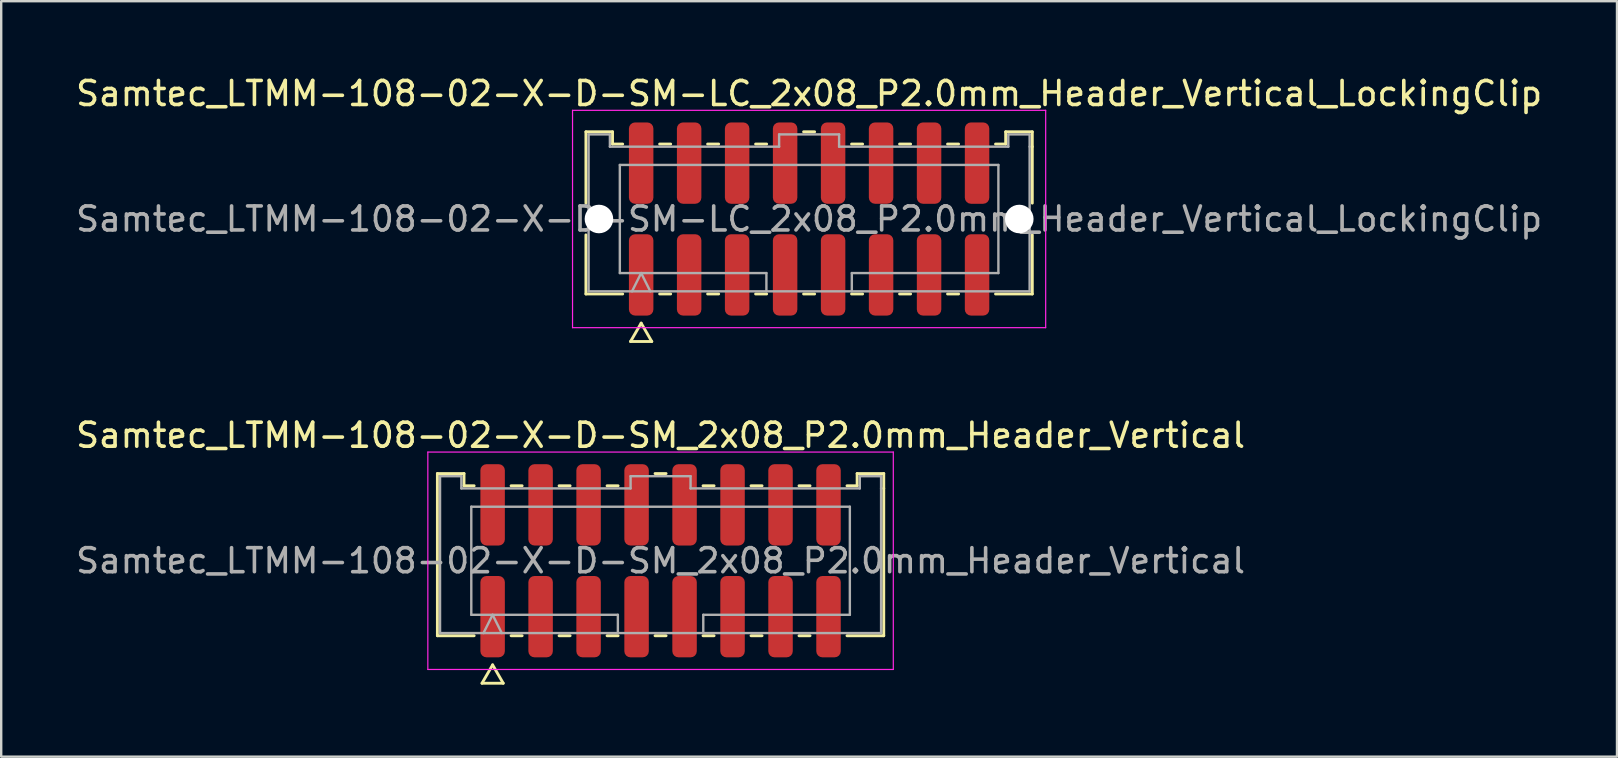
<source format=kicad_pcb>
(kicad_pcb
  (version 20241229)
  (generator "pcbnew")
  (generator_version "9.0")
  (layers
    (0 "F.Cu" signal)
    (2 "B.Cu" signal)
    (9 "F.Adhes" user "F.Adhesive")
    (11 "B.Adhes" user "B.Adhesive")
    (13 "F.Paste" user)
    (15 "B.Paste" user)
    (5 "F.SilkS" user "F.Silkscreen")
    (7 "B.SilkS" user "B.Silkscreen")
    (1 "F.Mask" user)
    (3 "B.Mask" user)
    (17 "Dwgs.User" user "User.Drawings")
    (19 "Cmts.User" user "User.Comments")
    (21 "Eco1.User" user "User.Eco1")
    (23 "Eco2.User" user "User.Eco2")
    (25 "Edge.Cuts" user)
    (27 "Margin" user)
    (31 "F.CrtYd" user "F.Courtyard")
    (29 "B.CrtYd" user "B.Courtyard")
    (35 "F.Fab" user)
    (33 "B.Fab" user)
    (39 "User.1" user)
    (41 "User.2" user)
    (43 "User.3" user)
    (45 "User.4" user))
  (footprint "Samtec_LTMM-108-02-X-D-SM-LC_2x08_P2.0mm_Header_Vertical_LockingClip"
    (layer "F.Cu")
    (at 30.673 6.078)
    (property "Reference" "Samtec_LTMM-108-02-X-D-SM-LC_2x08_P2.0mm_Header_Vertical_LockingClip" (at 0 -5.23 0) (layer "F.SilkS") (effects (font (size 1 1) (thickness 0.15))))
    (attr smd)
    (fp_line (start -9.302 -3.635) (end -8.193 -3.635) (stroke (width 0.12) (type solid)) (layer "F.SilkS"))
    (fp_line (start -9.302 -0.662) (end -9.302 -3.635) (stroke (width 0.12) (type solid)) (layer "F.SilkS"))
    (fp_line (start -9.302 3.125) (end -9.302 0.662) (stroke (width 0.12) (type solid)) (layer "F.SilkS"))
    (fp_line (start -8.193 -3.635) (end -8.193 -3.125) (stroke (width 0.12) (type solid)) (layer "F.SilkS"))
    (fp_line (start -8.193 -3.125) (end -7.77 -3.125) (stroke (width 0.12) (type solid)) (layer "F.SilkS"))
    (fp_line (start -7.77 3.125) (end -9.302 3.125) (stroke (width 0.12) (type solid)) (layer "F.SilkS"))
    (fp_line (start -7.442 5.105) (end -7 4.34) (stroke (width 0.12) (type solid)) (layer "F.SilkS"))
    (fp_line (start -7 4.34) (end -6.558 5.105) (stroke (width 0.12) (type solid)) (layer "F.SilkS"))
    (fp_line (start -6.558 5.105) (end -7.442 5.105) (stroke (width 0.12) (type solid)) (layer "F.SilkS"))
    (fp_line (start -6.23 -3.125) (end -5.77 -3.125) (stroke (width 0.12) (type solid)) (layer "F.SilkS"))
    (fp_line (start -5.77 3.125) (end -6.23 3.125) (stroke (width 0.12) (type solid)) (layer "F.SilkS"))
    (fp_line (start -4.23 -3.125) (end -3.77 -3.125) (stroke (width 0.12) (type solid)) (layer "F.SilkS"))
    (fp_line (start -3.77 3.125) (end -4.23 3.125) (stroke (width 0.12) (type solid)) (layer "F.SilkS"))
    (fp_line (start -2.23 -3.125) (end -1.77 -3.125) (stroke (width 0.12) (type solid)) (layer "F.SilkS"))
    (fp_line (start -1.77 3.125) (end -2.23 3.125) (stroke (width 0.12) (type solid)) (layer "F.SilkS"))
    (fp_line (start -0.23 -3.635) (end 0.23 -3.635) (stroke (width 0.12) (type solid)) (layer "F.SilkS"))
    (fp_line (start 0.23 3.125) (end -0.23 3.125) (stroke (width 0.12) (type solid)) (layer "F.SilkS"))
    (fp_line (start 1.77 -3.125) (end 2.23 -3.125) (stroke (width 0.12) (type solid)) (layer "F.SilkS"))
    (fp_line (start 2.23 3.125) (end 1.77 3.125) (stroke (width 0.12) (type solid)) (layer "F.SilkS"))
    (fp_line (start 3.77 -3.125) (end 4.23 -3.125) (stroke (width 0.12) (type solid)) (layer "F.SilkS"))
    (fp_line (start 4.23 3.125) (end 3.77 3.125) (stroke (width 0.12) (type solid)) (layer "F.SilkS"))
    (fp_line (start 5.77 -3.125) (end 6.23 -3.125) (stroke (width 0.12) (type solid)) (layer "F.SilkS"))
    (fp_line (start 6.23 3.125) (end 5.77 3.125) (stroke (width 0.12) (type solid)) (layer "F.SilkS"))
    (fp_line (start 7.77 -3.125) (end 8.193 -3.125) (stroke (width 0.12) (type solid)) (layer "F.SilkS"))
    (fp_line (start 8.193 -3.635) (end 9.302 -3.635) (stroke (width 0.12) (type solid)) (layer "F.SilkS"))
    (fp_line (start 8.193 -3.125) (end 8.193 -3.635) (stroke (width 0.12) (type solid)) (layer "F.SilkS"))
    (fp_line (start 9.302 -3.635) (end 9.302 -3.015) (stroke (width 0.12) (type solid)) (layer "F.SilkS"))
    (fp_line (start 9.302 -3.015) (end 9.302 -0.662) (stroke (width 0.12) (type solid)) (layer "F.SilkS"))
    (fp_line (start 9.302 0.662) (end 9.302 3.125) (stroke (width 0.12) (type solid)) (layer "F.SilkS"))
    (fp_line (start 9.302 3.125) (end 7.77 3.125) (stroke (width 0.12) (type solid)) (layer "F.SilkS"))
    (fp_line (start -9.86 -4.53) (end -9.86 4.53) (stroke (width 0.05) (type solid)) (layer "F.CrtYd"))
    (fp_line (start -9.86 4.53) (end 9.86 4.53) (stroke (width 0.05) (type solid)) (layer "F.CrtYd"))
    (fp_line (start 9.86 -4.53) (end -9.86 -4.53) (stroke (width 0.05) (type solid)) (layer "F.CrtYd"))
    (fp_line (start 9.86 4.53) (end 9.86 -4.53) (stroke (width 0.05) (type solid)) (layer "F.CrtYd"))
    (fp_line (start -9.191 -3.525) (end -8.303 -3.525) (stroke (width 0.1) (type solid)) (layer "F.Fab"))
    (fp_line (start -9.191 3.015) (end -9.191 -3.525) (stroke (width 0.1) (type solid)) (layer "F.Fab"))
    (fp_line (start -8.303 -3.525) (end -8.303 -3.015) (stroke (width 0.1) (type solid)) (layer "F.Fab"))
    (fp_line (start -8.303 -3.015) (end -1.25 -3.015) (stroke (width 0.1) (type solid)) (layer "F.Fab"))
    (fp_line (start -7.889 -2.253) (end 7.889 -2.253) (stroke (width 0.1) (type solid)) (layer "F.Fab"))
    (fp_line (start -7.889 2.253) (end -7.889 -2.253) (stroke (width 0.1) (type solid)) (layer "F.Fab"))
    (fp_line (start -7.381 3.015) (end -7 2.253) (stroke (width 0.1) (type solid)) (layer "F.Fab"))
    (fp_line (start -7 2.253) (end -6.619 3.015) (stroke (width 0.1) (type solid)) (layer "F.Fab"))
    (fp_line (start -1.78 2.253) (end -7.889 2.253) (stroke (width 0.1) (type solid)) (layer "F.Fab"))
    (fp_line (start -1.78 3.015) (end -1.78 2.253) (stroke (width 0.1) (type solid)) (layer "F.Fab"))
    (fp_line (start -1.25 -3.525) (end 1.25 -3.525) (stroke (width 0.1) (type solid)) (layer "F.Fab"))
    (fp_line (start -1.25 -3.015) (end -1.25 -3.525) (stroke (width 0.1) (type solid)) (layer "F.Fab"))
    (fp_line (start 1.25 -3.525) (end 1.25 -3.015) (stroke (width 0.1) (type solid)) (layer "F.Fab"))
    (fp_line (start 1.25 -3.015) (end 8.303 -3.015) (stroke (width 0.1) (type solid)) (layer "F.Fab"))
    (fp_line (start 1.78 2.253) (end 1.78 3.015) (stroke (width 0.1) (type solid)) (layer "F.Fab"))
    (fp_line (start 7.889 -2.253) (end 7.889 2.253) (stroke (width 0.1) (type solid)) (layer "F.Fab"))
    (fp_line (start 7.889 2.253) (end 1.78 2.253) (stroke (width 0.1) (type solid)) (layer "F.Fab"))
    (fp_line (start 8.303 -3.525) (end 9.191 -3.525) (stroke (width 0.1) (type solid)) (layer "F.Fab"))
    (fp_line (start 8.303 -3.015) (end 8.303 -3.525) (stroke (width 0.1) (type solid)) (layer "F.Fab"))
    (fp_line (start 9.191 -3.525) (end 9.191 -3.015) (stroke (width 0.1) (type solid)) (layer "F.Fab"))
    (fp_line (start 9.191 -3.015) (end 9.191 3.015) (stroke (width 0.1) (type solid)) (layer "F.Fab"))
    (fp_line (start 9.191 3.015) (end -9.191 3.015) (stroke (width 0.1) (type solid)) (layer "F.Fab"))
    (fp_text user "${REFERENCE}" (at 0 0 0) (layer "F.Fab") (effects (font (size 1 1) (thickness 0.15))))
    (pad "" np_thru_hole circle (at -8.76 0) (size 1.19 1.19) (drill 1.19) (layers "*.Cu" "*.Mask"))
    (pad "" np_thru_hole circle (at 8.76 0) (size 1.19 1.19) (drill 1.19) (layers "*.Cu" "*.Mask"))
    (pad "1" smd roundrect (at -7 2.33) (size 1.02 3.39) (layers "F.Cu" "F.Mask" "F.Paste") (roundrect_rratio 0.25))
    (pad "2" smd roundrect (at -7 -2.33) (size 1.02 3.39) (layers "F.Cu" "F.Mask" "F.Paste") (roundrect_rratio 0.25))
    (pad "3" smd roundrect (at -5 2.33) (size 1.02 3.39) (layers "F.Cu" "F.Mask" "F.Paste") (roundrect_rratio 0.25))
    (pad "4" smd roundrect (at -5 -2.33) (size 1.02 3.39) (layers "F.Cu" "F.Mask" "F.Paste") (roundrect_rratio 0.25))
    (pad "5" smd roundrect (at -3 2.33) (size 1.02 3.39) (layers "F.Cu" "F.Mask" "F.Paste") (roundrect_rratio 0.25))
    (pad "6" smd roundrect (at -3 -2.33) (size 1.02 3.39) (layers "F.Cu" "F.Mask" "F.Paste") (roundrect_rratio 0.25))
    (pad "7" smd roundrect (at -1 2.33) (size 1.02 3.39) (layers "F.Cu" "F.Mask" "F.Paste") (roundrect_rratio 0.25))
    (pad "8" smd roundrect (at -1 -2.33) (size 1.02 3.39) (layers "F.Cu" "F.Mask" "F.Paste") (roundrect_rratio 0.25))
    (pad "9" smd roundrect (at 1 2.33) (size 1.02 3.39) (layers "F.Cu" "F.Mask" "F.Paste") (roundrect_rratio 0.25))
    (pad "10" smd roundrect (at 1 -2.33) (size 1.02 3.39) (layers "F.Cu" "F.Mask" "F.Paste") (roundrect_rratio 0.25))
    (pad "11" smd roundrect (at 3 2.33) (size 1.02 3.39) (layers "F.Cu" "F.Mask" "F.Paste") (roundrect_rratio 0.25))
    (pad "12" smd roundrect (at 3 -2.33) (size 1.02 3.39) (layers "F.Cu" "F.Mask" "F.Paste") (roundrect_rratio 0.25))
    (pad "13" smd roundrect (at 5 2.33) (size 1.02 3.39) (layers "F.Cu" "F.Mask" "F.Paste") (roundrect_rratio 0.25))
    (pad "14" smd roundrect (at 5 -2.33) (size 1.02 3.39) (layers "F.Cu" "F.Mask" "F.Paste") (roundrect_rratio 0.25))
    (pad "15" smd roundrect (at 7 2.33) (size 1.02 3.39) (layers "F.Cu" "F.Mask" "F.Paste") (roundrect_rratio 0.25))
    (pad "16" smd roundrect (at 7 -2.33) (size 1.02 3.39) (layers "F.Cu" "F.Mask" "F.Paste") (roundrect_rratio 0.25)))
  (footprint "Samtec_LTMM-108-02-X-D-SM_2x08_P2.0mm_Header_Vertical"
    (layer "F.Cu")
    (at 24.482 20.322)
    (property "Reference" "Samtec_LTMM-108-02-X-D-SM_2x08_P2.0mm_Header_Vertical" (at 0 -5.23 0) (layer "F.SilkS") (effects (font (size 1 1) (thickness 0.15))))
    (attr smd)
    (fp_line (start -9.302 -3.635) (end -8.193 -3.635) (stroke (width 0.12) (type solid)) (layer "F.SilkS"))
    (fp_line (start -9.302 3.125) (end -9.302 -3.635) (stroke (width 0.12) (type solid)) (layer "F.SilkS"))
    (fp_line (start -8.193 -3.635) (end -8.193 -3.125) (stroke (width 0.12) (type solid)) (layer "F.SilkS"))
    (fp_line (start -8.193 -3.125) (end -7.77 -3.125) (stroke (width 0.12) (type solid)) (layer "F.SilkS"))
    (fp_line (start -7.77 3.125) (end -9.302 3.125) (stroke (width 0.12) (type solid)) (layer "F.SilkS"))
    (fp_line (start -7.442 5.105) (end -7 4.34) (stroke (width 0.12) (type solid)) (layer "F.SilkS"))
    (fp_line (start -7 4.34) (end -6.558 5.105) (stroke (width 0.12) (type solid)) (layer "F.SilkS"))
    (fp_line (start -6.558 5.105) (end -7.442 5.105) (stroke (width 0.12) (type solid)) (layer "F.SilkS"))
    (fp_line (start -6.23 -3.125) (end -5.77 -3.125) (stroke (width 0.12) (type solid)) (layer "F.SilkS"))
    (fp_line (start -5.77 3.125) (end -6.23 3.125) (stroke (width 0.12) (type solid)) (layer "F.SilkS"))
    (fp_line (start -4.23 -3.125) (end -3.77 -3.125) (stroke (width 0.12) (type solid)) (layer "F.SilkS"))
    (fp_line (start -3.77 3.125) (end -4.23 3.125) (stroke (width 0.12) (type solid)) (layer "F.SilkS"))
    (fp_line (start -2.23 -3.125) (end -1.77 -3.125) (stroke (width 0.12) (type solid)) (layer "F.SilkS"))
    (fp_line (start -1.77 3.125) (end -2.23 3.125) (stroke (width 0.12) (type solid)) (layer "F.SilkS"))
    (fp_line (start -0.23 -3.635) (end 0.23 -3.635) (stroke (width 0.12) (type solid)) (layer "F.SilkS"))
    (fp_line (start 0.23 3.125) (end -0.23 3.125) (stroke (width 0.12) (type solid)) (layer "F.SilkS"))
    (fp_line (start 1.77 -3.125) (end 2.23 -3.125) (stroke (width 0.12) (type solid)) (layer "F.SilkS"))
    (fp_line (start 2.23 3.125) (end 1.77 3.125) (stroke (width 0.12) (type solid)) (layer "F.SilkS"))
    (fp_line (start 3.77 -3.125) (end 4.23 -3.125) (stroke (width 0.12) (type solid)) (layer "F.SilkS"))
    (fp_line (start 4.23 3.125) (end 3.77 3.125) (stroke (width 0.12) (type solid)) (layer "F.SilkS"))
    (fp_line (start 5.77 -3.125) (end 6.23 -3.125) (stroke (width 0.12) (type solid)) (layer "F.SilkS"))
    (fp_line (start 6.23 3.125) (end 5.77 3.125) (stroke (width 0.12) (type solid)) (layer "F.SilkS"))
    (fp_line (start 7.77 -3.125) (end 8.193 -3.125) (stroke (width 0.12) (type solid)) (layer "F.SilkS"))
    (fp_line (start 8.193 -3.635) (end 9.302 -3.635) (stroke (width 0.12) (type solid)) (layer "F.SilkS"))
    (fp_line (start 8.193 -3.125) (end 8.193 -3.635) (stroke (width 0.12) (type solid)) (layer "F.SilkS"))
    (fp_line (start 9.302 -3.635) (end 9.302 -3.015) (stroke (width 0.12) (type solid)) (layer "F.SilkS"))
    (fp_line (start 9.302 -3.015) (end 9.302 3.125) (stroke (width 0.12) (type solid)) (layer "F.SilkS"))
    (fp_line (start 9.302 3.125) (end 7.77 3.125) (stroke (width 0.12) (type solid)) (layer "F.SilkS"))
    (fp_line (start -9.7 -4.53) (end -9.7 4.53) (stroke (width 0.05) (type solid)) (layer "F.CrtYd"))
    (fp_line (start -9.7 4.53) (end 9.7 4.53) (stroke (width 0.05) (type solid)) (layer "F.CrtYd"))
    (fp_line (start 9.7 -4.53) (end -9.7 -4.53) (stroke (width 0.05) (type solid)) (layer "F.CrtYd"))
    (fp_line (start 9.7 4.53) (end 9.7 -4.53) (stroke (width 0.05) (type solid)) (layer "F.CrtYd"))
    (fp_line (start -9.191 -3.525) (end -8.303 -3.525) (stroke (width 0.1) (type solid)) (layer "F.Fab"))
    (fp_line (start -9.191 3.015) (end -9.191 -3.525) (stroke (width 0.1) (type solid)) (layer "F.Fab"))
    (fp_line (start -8.303 -3.525) (end -8.303 -3.015) (stroke (width 0.1) (type solid)) (layer "F.Fab"))
    (fp_line (start -8.303 -3.015) (end -1.25 -3.015) (stroke (width 0.1) (type solid)) (layer "F.Fab"))
    (fp_line (start -7.889 -2.253) (end 7.889 -2.253) (stroke (width 0.1) (type solid)) (layer "F.Fab"))
    (fp_line (start -7.889 2.253) (end -7.889 -2.253) (stroke (width 0.1) (type solid)) (layer "F.Fab"))
    (fp_line (start -7.381 3.015) (end -7 2.253) (stroke (width 0.1) (type solid)) (layer "F.Fab"))
    (fp_line (start -7 2.253) (end -6.619 3.015) (stroke (width 0.1) (type solid)) (layer "F.Fab"))
    (fp_line (start -1.78 2.253) (end -7.889 2.253) (stroke (width 0.1) (type solid)) (layer "F.Fab"))
    (fp_line (start -1.78 3.015) (end -1.78 2.253) (stroke (width 0.1) (type solid)) (layer "F.Fab"))
    (fp_line (start -1.25 -3.525) (end 1.25 -3.525) (stroke (width 0.1) (type solid)) (layer "F.Fab"))
    (fp_line (start -1.25 -3.015) (end -1.25 -3.525) (stroke (width 0.1) (type solid)) (layer "F.Fab"))
    (fp_line (start 1.25 -3.525) (end 1.25 -3.015) (stroke (width 0.1) (type solid)) (layer "F.Fab"))
    (fp_line (start 1.25 -3.015) (end 8.303 -3.015) (stroke (width 0.1) (type solid)) (layer "F.Fab"))
    (fp_line (start 1.78 2.253) (end 1.78 3.015) (stroke (width 0.1) (type solid)) (layer "F.Fab"))
    (fp_line (start 7.889 -2.253) (end 7.889 2.253) (stroke (width 0.1) (type solid)) (layer "F.Fab"))
    (fp_line (start 7.889 2.253) (end 1.78 2.253) (stroke (width 0.1) (type solid)) (layer "F.Fab"))
    (fp_line (start 8.303 -3.525) (end 9.191 -3.525) (stroke (width 0.1) (type solid)) (layer "F.Fab"))
    (fp_line (start 8.303 -3.015) (end 8.303 -3.525) (stroke (width 0.1) (type solid)) (layer "F.Fab"))
    (fp_line (start 9.191 -3.525) (end 9.191 -3.015) (stroke (width 0.1) (type solid)) (layer "F.Fab"))
    (fp_line (start 9.191 -3.015) (end 9.191 3.015) (stroke (width 0.1) (type solid)) (layer "F.Fab"))
    (fp_line (start 9.191 3.015) (end -9.191 3.015) (stroke (width 0.1) (type solid)) (layer "F.Fab"))
    (fp_text user "${REFERENCE}" (at 0 0 0) (layer "F.Fab") (effects (font (size 1 1) (thickness 0.15))))
    (pad "1" smd roundrect (at -7 2.33) (size 1.02 3.39) (layers "F.Cu" "F.Mask" "F.Paste") (roundrect_rratio 0.25))
    (pad "2" smd roundrect (at -7 -2.33) (size 1.02 3.39) (layers "F.Cu" "F.Mask" "F.Paste") (roundrect_rratio 0.25))
    (pad "3" smd roundrect (at -5 2.33) (size 1.02 3.39) (layers "F.Cu" "F.Mask" "F.Paste") (roundrect_rratio 0.25))
    (pad "4" smd roundrect (at -5 -2.33) (size 1.02 3.39) (layers "F.Cu" "F.Mask" "F.Paste") (roundrect_rratio 0.25))
    (pad "5" smd roundrect (at -3 2.33) (size 1.02 3.39) (layers "F.Cu" "F.Mask" "F.Paste") (roundrect_rratio 0.25))
    (pad "6" smd roundrect (at -3 -2.33) (size 1.02 3.39) (layers "F.Cu" "F.Mask" "F.Paste") (roundrect_rratio 0.25))
    (pad "7" smd roundrect (at -1 2.33) (size 1.02 3.39) (layers "F.Cu" "F.Mask" "F.Paste") (roundrect_rratio 0.25))
    (pad "8" smd roundrect (at -1 -2.33) (size 1.02 3.39) (layers "F.Cu" "F.Mask" "F.Paste") (roundrect_rratio 0.25))
    (pad "9" smd roundrect (at 1 2.33) (size 1.02 3.39) (layers "F.Cu" "F.Mask" "F.Paste") (roundrect_rratio 0.25))
    (pad "10" smd roundrect (at 1 -2.33) (size 1.02 3.39) (layers "F.Cu" "F.Mask" "F.Paste") (roundrect_rratio 0.25))
    (pad "11" smd roundrect (at 3 2.33) (size 1.02 3.39) (layers "F.Cu" "F.Mask" "F.Paste") (roundrect_rratio 0.25))
    (pad "12" smd roundrect (at 3 -2.33) (size 1.02 3.39) (layers "F.Cu" "F.Mask" "F.Paste") (roundrect_rratio 0.25))
    (pad "13" smd roundrect (at 5 2.33) (size 1.02 3.39) (layers "F.Cu" "F.Mask" "F.Paste") (roundrect_rratio 0.25))
    (pad "14" smd roundrect (at 5 -2.33) (size 1.02 3.39) (layers "F.Cu" "F.Mask" "F.Paste") (roundrect_rratio 0.25))
    (pad "15" smd roundrect (at 7 2.33) (size 1.02 3.39) (layers "F.Cu" "F.Mask" "F.Paste") (roundrect_rratio 0.25))
    (pad "16" smd roundrect (at 7 -2.33) (size 1.02 3.39) (layers "F.Cu" "F.Mask" "F.Paste") (roundrect_rratio 0.25)))
  (gr_rect
    (start -3 -3)
    (end 64.345 28.486)
    (stroke (width 0.1) (type default))
    (fill no)
    (layer "Edge.Cuts")))
</source>
